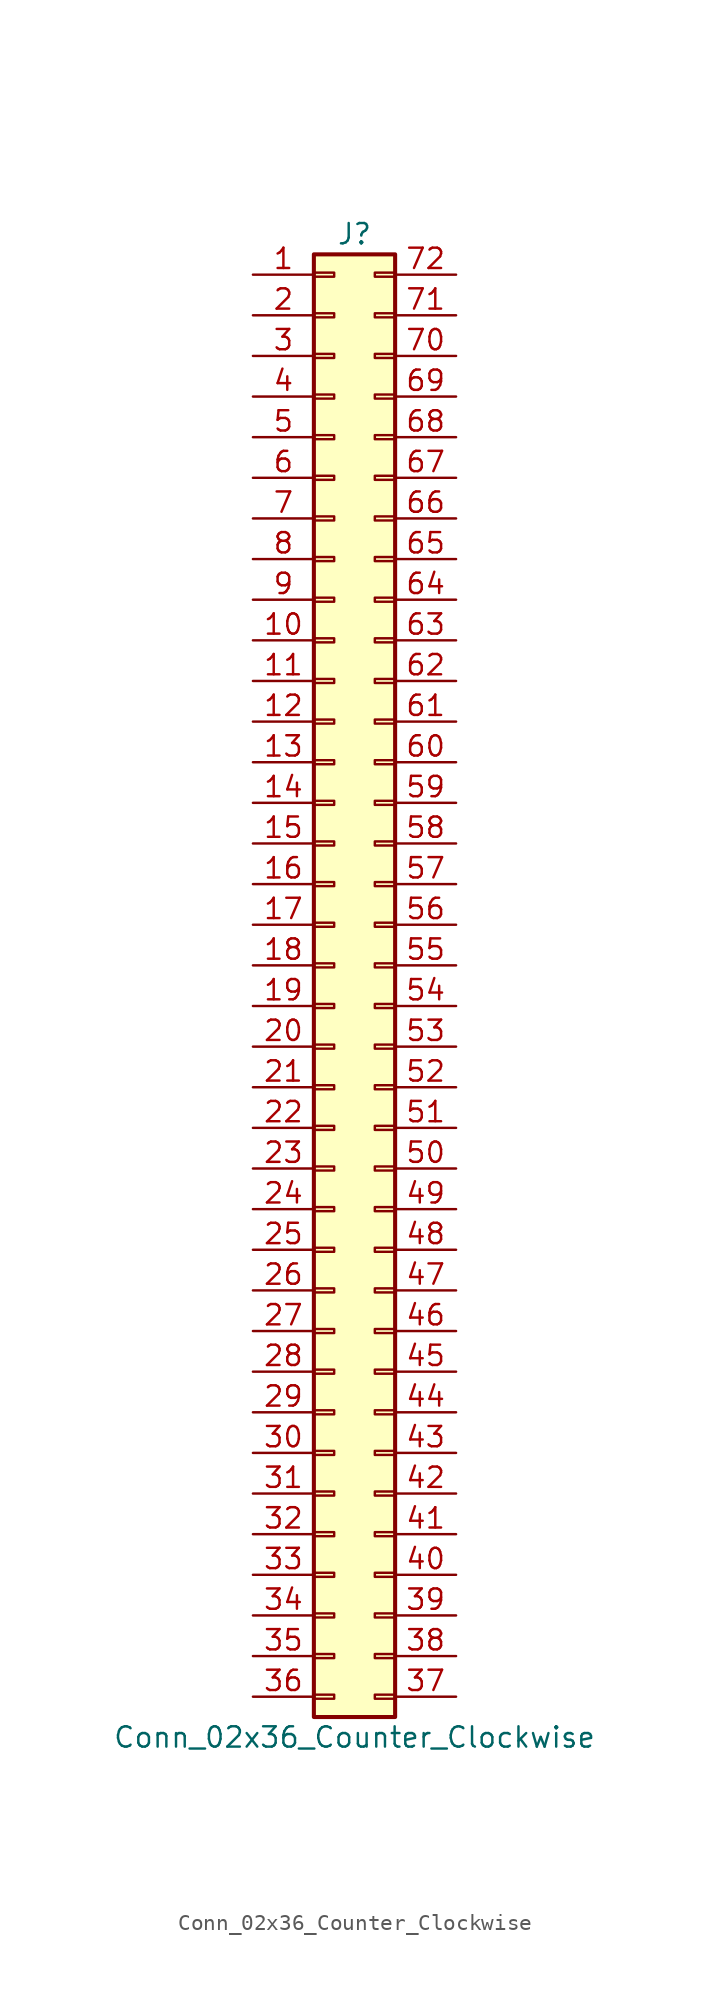
<source format=kicad_sym>
(kicad_symbol_lib
  (version 20201005)
  (generator kicad_symbol_editor)
  (symbol "Conn_02x36_Counter_Clockwise"
    (pin_names
      (offset 1.016) hide)
    (property "Reference" "J"
      (at 1.27 45.72 0)
      (effects (font (size 1.27 1.27))))
    (property "Value" "Conn_02x36_Counter_Clockwise"
      (at 1.27 -48.26 0)
      (effects (font (size 1.27 1.27))))
    (symbol "Conn_02x36_Counter_Clockwise_1_1"
      (rectangle (start -1.27 -45.593) (end 0 -45.847) (stroke (width 0.152)) (fill (type none)))
      (rectangle (start -1.27 -43.053) (end 0 -43.307) (stroke (width 0.152)) (fill (type none)))
      (rectangle (start -1.27 -40.513) (end 0 -40.767) (stroke (width 0.152)) (fill (type none)))
      (rectangle (start -1.27 -37.973) (end 0 -38.227) (stroke (width 0.152)) (fill (type none)))
      (rectangle (start -1.27 -35.433) (end 0 -35.687) (stroke (width 0.152)) (fill (type none)))
      (rectangle (start -1.27 -32.893) (end 0 -33.147) (stroke (width 0.152)) (fill (type none)))
      (rectangle (start -1.27 -30.353) (end 0 -30.607) (stroke (width 0.152)) (fill (type none)))
      (rectangle (start -1.27 -27.813) (end 0 -28.067) (stroke (width 0.152)) (fill (type none)))
      (rectangle (start -1.27 -25.273) (end 0 -25.527) (stroke (width 0.152)) (fill (type none)))
      (rectangle (start -1.27 -22.733) (end 0 -22.987) (stroke (width 0.152)) (fill (type none)))
      (rectangle (start -1.27 -20.193) (end 0 -20.447) (stroke (width 0.152)) (fill (type none)))
      (rectangle (start -1.27 -17.653) (end 0 -17.907) (stroke (width 0.152)) (fill (type none)))
      (rectangle (start -1.27 -15.113) (end 0 -15.367) (stroke (width 0.152)) (fill (type none)))
      (rectangle (start -1.27 -12.573) (end 0 -12.827) (stroke (width 0.152)) (fill (type none)))
      (rectangle (start -1.27 -10.033) (end 0 -10.287) (stroke (width 0.152)) (fill (type none)))
      (rectangle (start -1.27 -7.493) (end 0 -7.747) (stroke (width 0.152)) (fill (type none)))
      (rectangle (start -1.27 -4.953) (end 0 -5.207) (stroke (width 0.152)) (fill (type none)))
      (rectangle (start -1.27 -2.413) (end 0 -2.667) (stroke (width 0.152)) (fill (type none)))
      (rectangle (start -1.27 0.127) (end 0 -0.127) (stroke (width 0.152)) (fill (type none)))
      (rectangle (start -1.27 2.667) (end 0 2.413) (stroke (width 0.152)) (fill (type none)))
      (rectangle (start -1.27 5.207) (end 0 4.953) (stroke (width 0.152)) (fill (type none)))
      (rectangle (start -1.27 7.747) (end 0 7.493) (stroke (width 0.152)) (fill (type none)))
      (rectangle (start -1.27 10.287) (end 0 10.033) (stroke (width 0.152)) (fill (type none)))
      (rectangle (start -1.27 12.827) (end 0 12.573) (stroke (width 0.152)) (fill (type none)))
      (rectangle (start -1.27 15.367) (end 0 15.113) (stroke (width 0.152)) (fill (type none)))
      (rectangle (start -1.27 17.907) (end 0 17.653) (stroke (width 0.152)) (fill (type none)))
      (rectangle (start -1.27 20.447) (end 0 20.193) (stroke (width 0.152)) (fill (type none)))
      (rectangle (start -1.27 22.987) (end 0 22.733) (stroke (width 0.152)) (fill (type none)))
      (rectangle (start -1.27 25.527) (end 0 25.273) (stroke (width 0.152)) (fill (type none)))
      (rectangle (start -1.27 28.067) (end 0 27.813) (stroke (width 0.152)) (fill (type none)))
      (rectangle (start -1.27 30.607) (end 0 30.353) (stroke (width 0.152)) (fill (type none)))
      (rectangle (start -1.27 33.147) (end 0 32.893) (stroke (width 0.152)) (fill (type none)))
      (rectangle (start -1.27 35.687) (end 0 35.433) (stroke (width 0.152)) (fill (type none)))
      (rectangle (start -1.27 38.227) (end 0 37.973) (stroke (width 0.152)) (fill (type none)))
      (rectangle (start -1.27 40.767) (end 0 40.513) (stroke (width 0.152)) (fill (type none)))
      (rectangle (start -1.27 43.307) (end 0 43.053) (stroke (width 0.152)) (fill (type none)))
      (rectangle (start 3.81 -45.593) (end 2.54 -45.847) (stroke (width 0.152)) (fill (type none)))
      (rectangle (start 3.81 -43.053) (end 2.54 -43.307) (stroke (width 0.152)) (fill (type none)))
      (rectangle (start 3.81 -40.513) (end 2.54 -40.767) (stroke (width 0.152)) (fill (type none)))
      (rectangle (start 3.81 -37.973) (end 2.54 -38.227) (stroke (width 0.152)) (fill (type none)))
      (rectangle (start 3.81 -35.433) (end 2.54 -35.687) (stroke (width 0.152)) (fill (type none)))
      (rectangle (start 3.81 -32.893) (end 2.54 -33.147) (stroke (width 0.152)) (fill (type none)))
      (rectangle (start 3.81 -30.353) (end 2.54 -30.607) (stroke (width 0.152)) (fill (type none)))
      (rectangle (start 3.81 -27.813) (end 2.54 -28.067) (stroke (width 0.152)) (fill (type none)))
      (rectangle (start 3.81 -25.273) (end 2.54 -25.527) (stroke (width 0.152)) (fill (type none)))
      (rectangle (start 3.81 -22.733) (end 2.54 -22.987) (stroke (width 0.152)) (fill (type none)))
      (rectangle (start 3.81 -20.193) (end 2.54 -20.447) (stroke (width 0.152)) (fill (type none)))
      (rectangle (start 3.81 -17.653) (end 2.54 -17.907) (stroke (width 0.152)) (fill (type none)))
      (rectangle (start 3.81 -15.113) (end 2.54 -15.367) (stroke (width 0.152)) (fill (type none)))
      (rectangle (start 3.81 -12.573) (end 2.54 -12.827) (stroke (width 0.152)) (fill (type none)))
      (rectangle (start 3.81 -10.033) (end 2.54 -10.287) (stroke (width 0.152)) (fill (type none)))
      (rectangle (start 3.81 -7.493) (end 2.54 -7.747) (stroke (width 0.152)) (fill (type none)))
      (rectangle (start 3.81 -4.953) (end 2.54 -5.207) (stroke (width 0.152)) (fill (type none)))
      (rectangle (start 3.81 -2.413) (end 2.54 -2.667) (stroke (width 0.152)) (fill (type none)))
      (rectangle (start 3.81 0.127) (end 2.54 -0.127) (stroke (width 0.152)) (fill (type none)))
      (rectangle (start 3.81 2.667) (end 2.54 2.413) (stroke (width 0.152)) (fill (type none)))
      (rectangle (start 3.81 5.207) (end 2.54 4.953) (stroke (width 0.152)) (fill (type none)))
      (rectangle (start 3.81 7.747) (end 2.54 7.493) (stroke (width 0.152)) (fill (type none)))
      (rectangle (start 3.81 10.287) (end 2.54 10.033) (stroke (width 0.152)) (fill (type none)))
      (rectangle (start 3.81 12.827) (end 2.54 12.573) (stroke (width 0.152)) (fill (type none)))
      (rectangle (start 3.81 15.367) (end 2.54 15.113) (stroke (width 0.152)) (fill (type none)))
      (rectangle (start 3.81 17.907) (end 2.54 17.653) (stroke (width 0.152)) (fill (type none)))
      (rectangle (start 3.81 20.447) (end 2.54 20.193) (stroke (width 0.152)) (fill (type none)))
      (rectangle (start 3.81 22.987) (end 2.54 22.733) (stroke (width 0.152)) (fill (type none)))
      (rectangle (start 3.81 25.527) (end 2.54 25.273) (stroke (width 0.152)) (fill (type none)))
      (rectangle (start 3.81 28.067) (end 2.54 27.813) (stroke (width 0.152)) (fill (type none)))
      (rectangle (start 3.81 30.607) (end 2.54 30.353) (stroke (width 0.152)) (fill (type none)))
      (rectangle (start 3.81 33.147) (end 2.54 32.893) (stroke (width 0.152)) (fill (type none)))
      (rectangle (start 3.81 35.687) (end 2.54 35.433) (stroke (width 0.152)) (fill (type none)))
      (rectangle (start 3.81 38.227) (end 2.54 37.973) (stroke (width 0.152)) (fill (type none)))
      (rectangle (start 3.81 40.767) (end 2.54 40.513) (stroke (width 0.152)) (fill (type none)))
      (rectangle (start 3.81 43.307) (end 2.54 43.053) (stroke (width 0.152)) (fill (type none)))
      (rectangle (start -1.27 44.45) (end 3.81 -46.99) (stroke (width 0.254)) (fill (type background)))
      (pin passive line (at -5.08 43.18 0) (length 3.81) (name "Pin_1" (effects (font (size 1.27 1.27)))) (number "1" (effects (font (size 1.27 1.27)))))
      (pin passive line (at -5.08 20.32 0) (length 3.81) (name "Pin_10" (effects (font (size 1.27 1.27)))) (number "10" (effects (font (size 1.27 1.27)))))
      (pin passive line (at -5.08 17.78 0) (length 3.81) (name "Pin_11" (effects (font (size 1.27 1.27)))) (number "11" (effects (font (size 1.27 1.27)))))
      (pin passive line (at -5.08 15.24 0) (length 3.81) (name "Pin_12" (effects (font (size 1.27 1.27)))) (number "12" (effects (font (size 1.27 1.27)))))
      (pin passive line (at -5.08 12.7 0) (length 3.81) (name "Pin_13" (effects (font (size 1.27 1.27)))) (number "13" (effects (font (size 1.27 1.27)))))
      (pin passive line (at -5.08 10.16 0) (length 3.81) (name "Pin_14" (effects (font (size 1.27 1.27)))) (number "14" (effects (font (size 1.27 1.27)))))
      (pin passive line (at -5.08 7.62 0) (length 3.81) (name "Pin_15" (effects (font (size 1.27 1.27)))) (number "15" (effects (font (size 1.27 1.27)))))
      (pin passive line (at -5.08 5.08 0) (length 3.81) (name "Pin_16" (effects (font (size 1.27 1.27)))) (number "16" (effects (font (size 1.27 1.27)))))
      (pin passive line (at -5.08 2.54 0) (length 3.81) (name "Pin_17" (effects (font (size 1.27 1.27)))) (number "17" (effects (font (size 1.27 1.27)))))
      (pin passive line (at -5.08 0 0) (length 3.81) (name "Pin_18" (effects (font (size 1.27 1.27)))) (number "18" (effects (font (size 1.27 1.27)))))
      (pin passive line (at -5.08 -2.54 0) (length 3.81) (name "Pin_19" (effects (font (size 1.27 1.27)))) (number "19" (effects (font (size 1.27 1.27)))))
      (pin passive line (at -5.08 40.64 0) (length 3.81) (name "Pin_2" (effects (font (size 1.27 1.27)))) (number "2" (effects (font (size 1.27 1.27)))))
      (pin passive line (at -5.08 -5.08 0) (length 3.81) (name "Pin_20" (effects (font (size 1.27 1.27)))) (number "20" (effects (font (size 1.27 1.27)))))
      (pin passive line (at -5.08 -7.62 0) (length 3.81) (name "Pin_21" (effects (font (size 1.27 1.27)))) (number "21" (effects (font (size 1.27 1.27)))))
      (pin passive line (at -5.08 -10.16 0) (length 3.81) (name "Pin_22" (effects (font (size 1.27 1.27)))) (number "22" (effects (font (size 1.27 1.27)))))
      (pin passive line (at -5.08 -12.7 0) (length 3.81) (name "Pin_23" (effects (font (size 1.27 1.27)))) (number "23" (effects (font (size 1.27 1.27)))))
      (pin passive line (at -5.08 -15.24 0) (length 3.81) (name "Pin_24" (effects (font (size 1.27 1.27)))) (number "24" (effects (font (size 1.27 1.27)))))
      (pin passive line (at -5.08 -17.78 0) (length 3.81) (name "Pin_25" (effects (font (size 1.27 1.27)))) (number "25" (effects (font (size 1.27 1.27)))))
      (pin passive line (at -5.08 -20.32 0) (length 3.81) (name "Pin_26" (effects (font (size 1.27 1.27)))) (number "26" (effects (font (size 1.27 1.27)))))
      (pin passive line (at -5.08 -22.86 0) (length 3.81) (name "Pin_27" (effects (font (size 1.27 1.27)))) (number "27" (effects (font (size 1.27 1.27)))))
      (pin passive line (at -5.08 -25.4 0) (length 3.81) (name "Pin_28" (effects (font (size 1.27 1.27)))) (number "28" (effects (font (size 1.27 1.27)))))
      (pin passive line (at -5.08 -27.94 0) (length 3.81) (name "Pin_29" (effects (font (size 1.27 1.27)))) (number "29" (effects (font (size 1.27 1.27)))))
      (pin passive line (at -5.08 38.1 0) (length 3.81) (name "Pin_3" (effects (font (size 1.27 1.27)))) (number "3" (effects (font (size 1.27 1.27)))))
      (pin passive line (at -5.08 -30.48 0) (length 3.81) (name "Pin_30" (effects (font (size 1.27 1.27)))) (number "30" (effects (font (size 1.27 1.27)))))
      (pin passive line (at -5.08 -33.02 0) (length 3.81) (name "Pin_31" (effects (font (size 1.27 1.27)))) (number "31" (effects (font (size 1.27 1.27)))))
      (pin passive line (at -5.08 -35.56 0) (length 3.81) (name "Pin_32" (effects (font (size 1.27 1.27)))) (number "32" (effects (font (size 1.27 1.27)))))
      (pin passive line (at -5.08 -38.1 0) (length 3.81) (name "Pin_33" (effects (font (size 1.27 1.27)))) (number "33" (effects (font (size 1.27 1.27)))))
      (pin passive line (at -5.08 -40.64 0) (length 3.81) (name "Pin_34" (effects (font (size 1.27 1.27)))) (number "34" (effects (font (size 1.27 1.27)))))
      (pin passive line (at -5.08 -43.18 0) (length 3.81) (name "Pin_35" (effects (font (size 1.27 1.27)))) (number "35" (effects (font (size 1.27 1.27)))))
      (pin passive line (at -5.08 -45.72 0) (length 3.81) (name "Pin_36" (effects (font (size 1.27 1.27)))) (number "36" (effects (font (size 1.27 1.27)))))
      (pin passive line (at 7.62 -45.72 180) (length 3.81) (name "Pin_37" (effects (font (size 1.27 1.27)))) (number "37" (effects (font (size 1.27 1.27)))))
      (pin passive line (at 7.62 -43.18 180) (length 3.81) (name "Pin_38" (effects (font (size 1.27 1.27)))) (number "38" (effects (font (size 1.27 1.27)))))
      (pin passive line (at 7.62 -40.64 180) (length 3.81) (name "Pin_39" (effects (font (size 1.27 1.27)))) (number "39" (effects (font (size 1.27 1.27)))))
      (pin passive line (at -5.08 35.56 0) (length 3.81) (name "Pin_4" (effects (font (size 1.27 1.27)))) (number "4" (effects (font (size 1.27 1.27)))))
      (pin passive line (at 7.62 -38.1 180) (length 3.81) (name "Pin_40" (effects (font (size 1.27 1.27)))) (number "40" (effects (font (size 1.27 1.27)))))
      (pin passive line (at 7.62 -35.56 180) (length 3.81) (name "Pin_41" (effects (font (size 1.27 1.27)))) (number "41" (effects (font (size 1.27 1.27)))))
      (pin passive line (at 7.62 -33.02 180) (length 3.81) (name "Pin_42" (effects (font (size 1.27 1.27)))) (number "42" (effects (font (size 1.27 1.27)))))
      (pin passive line (at 7.62 -30.48 180) (length 3.81) (name "Pin_43" (effects (font (size 1.27 1.27)))) (number "43" (effects (font (size 1.27 1.27)))))
      (pin passive line (at 7.62 -27.94 180) (length 3.81) (name "Pin_44" (effects (font (size 1.27 1.27)))) (number "44" (effects (font (size 1.27 1.27)))))
      (pin passive line (at 7.62 -25.4 180) (length 3.81) (name "Pin_45" (effects (font (size 1.27 1.27)))) (number "45" (effects (font (size 1.27 1.27)))))
      (pin passive line (at 7.62 -22.86 180) (length 3.81) (name "Pin_46" (effects (font (size 1.27 1.27)))) (number "46" (effects (font (size 1.27 1.27)))))
      (pin passive line (at 7.62 -20.32 180) (length 3.81) (name "Pin_47" (effects (font (size 1.27 1.27)))) (number "47" (effects (font (size 1.27 1.27)))))
      (pin passive line (at 7.62 -17.78 180) (length 3.81) (name "Pin_48" (effects (font (size 1.27 1.27)))) (number "48" (effects (font (size 1.27 1.27)))))
      (pin passive line (at 7.62 -15.24 180) (length 3.81) (name "Pin_49" (effects (font (size 1.27 1.27)))) (number "49" (effects (font (size 1.27 1.27)))))
      (pin passive line (at -5.08 33.02 0) (length 3.81) (name "Pin_5" (effects (font (size 1.27 1.27)))) (number "5" (effects (font (size 1.27 1.27)))))
      (pin passive line (at 7.62 -12.7 180) (length 3.81) (name "Pin_50" (effects (font (size 1.27 1.27)))) (number "50" (effects (font (size 1.27 1.27)))))
      (pin passive line (at 7.62 -10.16 180) (length 3.81) (name "Pin_51" (effects (font (size 1.27 1.27)))) (number "51" (effects (font (size 1.27 1.27)))))
      (pin passive line (at 7.62 -7.62 180) (length 3.81) (name "Pin_52" (effects (font (size 1.27 1.27)))) (number "52" (effects (font (size 1.27 1.27)))))
      (pin passive line (at 7.62 -5.08 180) (length 3.81) (name "Pin_53" (effects (font (size 1.27 1.27)))) (number "53" (effects (font (size 1.27 1.27)))))
      (pin passive line (at 7.62 -2.54 180) (length 3.81) (name "Pin_54" (effects (font (size 1.27 1.27)))) (number "54" (effects (font (size 1.27 1.27)))))
      (pin passive line (at 7.62 0 180) (length 3.81) (name "Pin_55" (effects (font (size 1.27 1.27)))) (number "55" (effects (font (size 1.27 1.27)))))
      (pin passive line (at 7.62 2.54 180) (length 3.81) (name "Pin_56" (effects (font (size 1.27 1.27)))) (number "56" (effects (font (size 1.27 1.27)))))
      (pin passive line (at 7.62 5.08 180) (length 3.81) (name "Pin_57" (effects (font (size 1.27 1.27)))) (number "57" (effects (font (size 1.27 1.27)))))
      (pin passive line (at 7.62 7.62 180) (length 3.81) (name "Pin_58" (effects (font (size 1.27 1.27)))) (number "58" (effects (font (size 1.27 1.27)))))
      (pin passive line (at 7.62 10.16 180) (length 3.81) (name "Pin_59" (effects (font (size 1.27 1.27)))) (number "59" (effects (font (size 1.27 1.27)))))
      (pin passive line (at -5.08 30.48 0) (length 3.81) (name "Pin_6" (effects (font (size 1.27 1.27)))) (number "6" (effects (font (size 1.27 1.27)))))
      (pin passive line (at 7.62 12.7 180) (length 3.81) (name "Pin_60" (effects (font (size 1.27 1.27)))) (number "60" (effects (font (size 1.27 1.27)))))
      (pin passive line (at 7.62 15.24 180) (length 3.81) (name "Pin_61" (effects (font (size 1.27 1.27)))) (number "61" (effects (font (size 1.27 1.27)))))
      (pin passive line (at 7.62 17.78 180) (length 3.81) (name "Pin_62" (effects (font (size 1.27 1.27)))) (number "62" (effects (font (size 1.27 1.27)))))
      (pin passive line (at 7.62 20.32 180) (length 3.81) (name "Pin_63" (effects (font (size 1.27 1.27)))) (number "63" (effects (font (size 1.27 1.27)))))
      (pin passive line (at 7.62 22.86 180) (length 3.81) (name "Pin_64" (effects (font (size 1.27 1.27)))) (number "64" (effects (font (size 1.27 1.27)))))
      (pin passive line (at 7.62 25.4 180) (length 3.81) (name "Pin_65" (effects (font (size 1.27 1.27)))) (number "65" (effects (font (size 1.27 1.27)))))
      (pin passive line (at 7.62 27.94 180) (length 3.81) (name "Pin_66" (effects (font (size 1.27 1.27)))) (number "66" (effects (font (size 1.27 1.27)))))
      (pin passive line (at 7.62 30.48 180) (length 3.81) (name "Pin_67" (effects (font (size 1.27 1.27)))) (number "67" (effects (font (size 1.27 1.27)))))
      (pin passive line (at 7.62 33.02 180) (length 3.81) (name "Pin_68" (effects (font (size 1.27 1.27)))) (number "68" (effects (font (size 1.27 1.27)))))
      (pin passive line (at 7.62 35.56 180) (length 3.81) (name "Pin_69" (effects (font (size 1.27 1.27)))) (number "69" (effects (font (size 1.27 1.27)))))
      (pin passive line (at -5.08 27.94 0) (length 3.81) (name "Pin_7" (effects (font (size 1.27 1.27)))) (number "7" (effects (font (size 1.27 1.27)))))
      (pin passive line (at 7.62 38.1 180) (length 3.81) (name "Pin_70" (effects (font (size 1.27 1.27)))) (number "70" (effects (font (size 1.27 1.27)))))
      (pin passive line (at 7.62 40.64 180) (length 3.81) (name "Pin_71" (effects (font (size 1.27 1.27)))) (number "71" (effects (font (size 1.27 1.27)))))
      (pin passive line (at 7.62 43.18 180) (length 3.81) (name "Pin_72" (effects (font (size 1.27 1.27)))) (number "72" (effects (font (size 1.27 1.27)))))
      (pin passive line (at -5.08 25.4 0) (length 3.81) (name "Pin_8" (effects (font (size 1.27 1.27)))) (number "8" (effects (font (size 1.27 1.27)))))
      (pin passive line (at -5.08 22.86 0) (length 3.81) (name "Pin_9" (effects (font (size 1.27 1.27)))) (number "9" (effects (font (size 1.27 1.27))))))))
</source>
